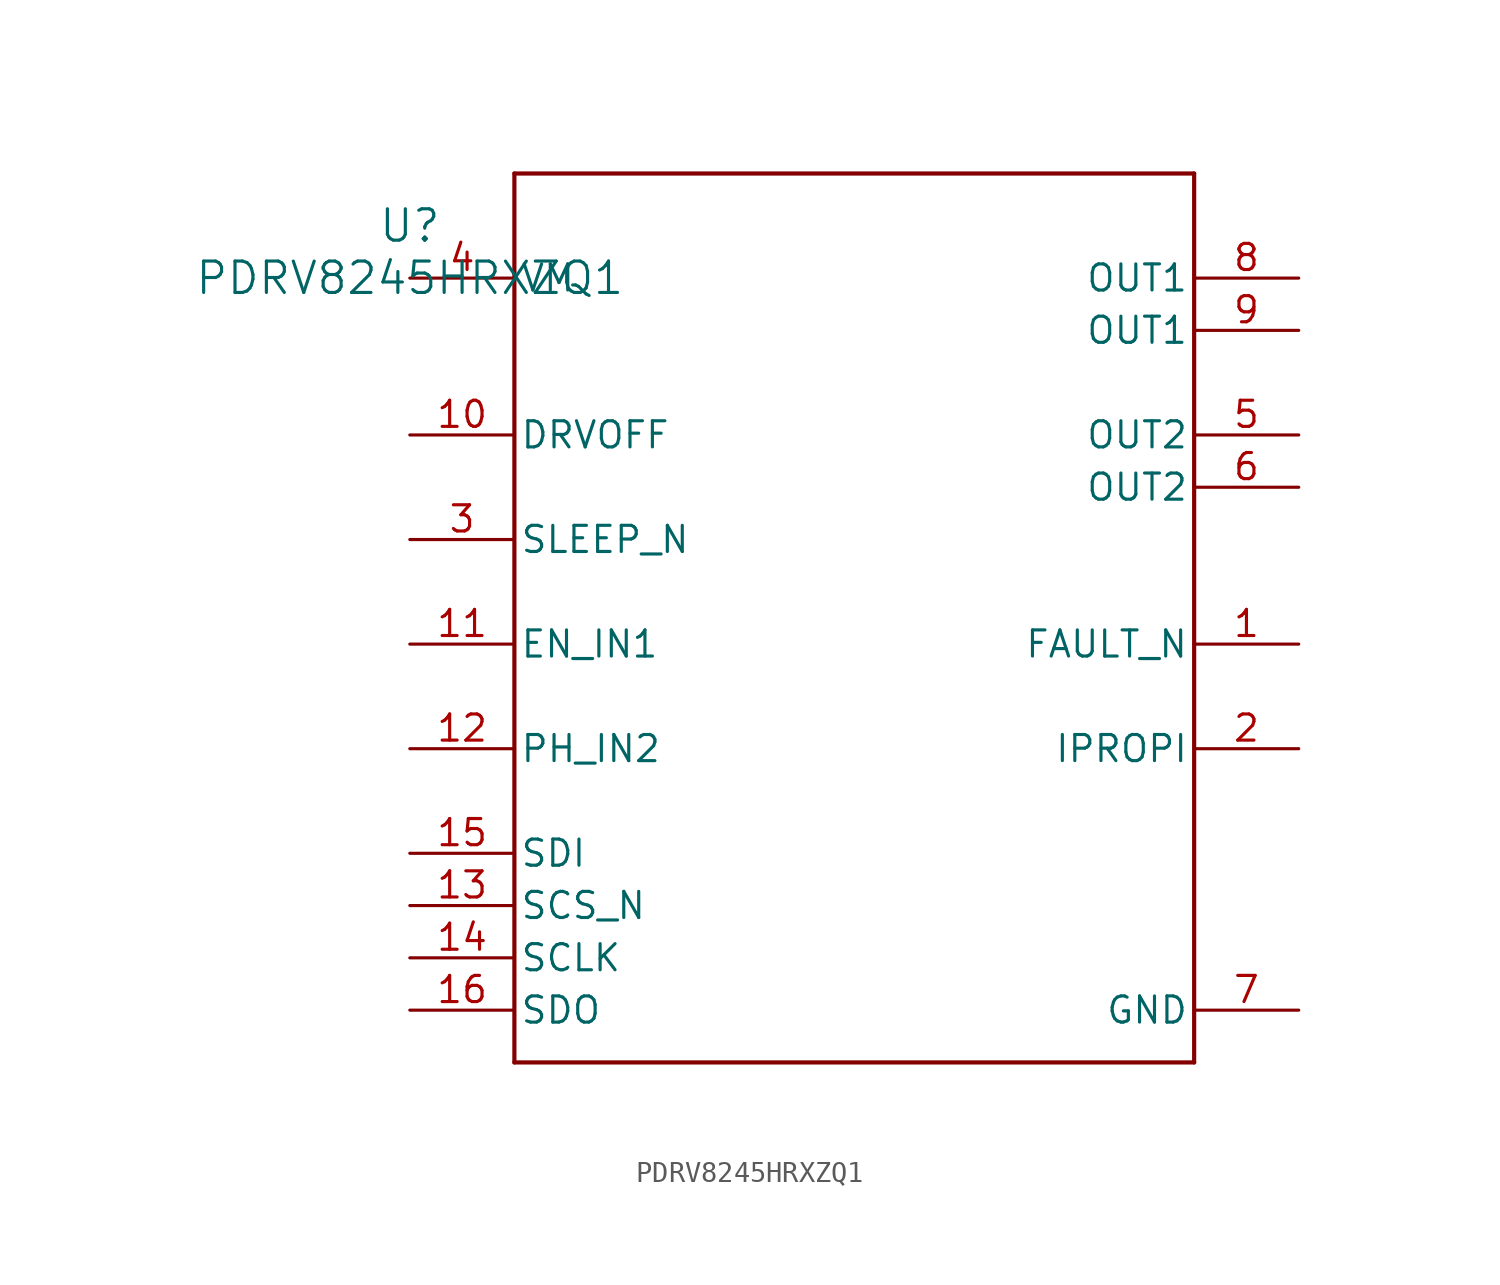
<source format=kicad_sym>
(kicad_symbol_lib
  (version 20211014)
  (generator kicad_symbol_editor)
  (symbol "PDRV8245HRXZQ1"
    (pin_names
      (offset 0.254))
    (property "Reference" "U"
      (at 0 2.54 0)
      (effects (font (size 1.524 1.524))))
    (property "Value" "PDRV8245HRXZQ1"
      (at 0 0 0)
      (effects (font (size 1.524 1.524))))
    (symbol "PDRV8245HRXZQ1_0_1"
      (polyline (pts (xy 5.08 -38.1) (xy 38.1 -38.1)) (stroke (width 0.203) (type default) (color 0 0 0 0)) (fill (type none)))
      (polyline (pts (xy 38.1 -38.1) (xy 38.1 5.08)) (stroke (width 0.203) (type default) (color 0 0 0 0)) (fill (type none)))
      (polyline (pts (xy 38.1 5.08) (xy 5.08 5.08)) (stroke (width 0.203) (type default) (color 0 0 0 0)) (fill (type none)))
      (polyline (pts (xy 5.08 5.08) (xy 5.08 -38.1)) (stroke (width 0.203) (type default) (color 0 0 0 0)) (fill (type none)))
      (pin open_collector line (at 43.18 -17.78 180) (length 5.08) (name "FAULT_N" (effects (font (size 1.27 1.27)))) (number "1" (effects (font (size 1.27 1.27)))))
      (pin unspecified line (at 43.18 -22.86 180) (length 5.08) (name "IPROPI" (effects (font (size 1.27 1.27)))) (number "2" (effects (font (size 1.27 1.27)))))
      (pin input line (at 0 -12.7 0) (length 5.08) (name "SLEEP_N" (effects (font (size 1.27 1.27)))) (number "3" (effects (font (size 1.27 1.27)))))
      (pin power_in line (at 0 0 0) (length 5.08) (name "VM" (effects (font (size 1.27 1.27)))) (number "4" (effects (font (size 1.27 1.27)))))
      (pin unspecified line (at 43.18 -7.62 180) (length 5.08) (name "OUT2" (effects (font (size 1.27 1.27)))) (number "5" (effects (font (size 1.27 1.27)))))
      (pin unspecified line (at 43.18 -10.16 180) (length 5.08) (name "OUT2" (effects (font (size 1.27 1.27)))) (number "6" (effects (font (size 1.27 1.27)))))
      (pin power_in line (at 43.18 -35.56 180) (length 5.08) (name "GND" (effects (font (size 1.27 1.27)))) (number "7" (effects (font (size 1.27 1.27)))))
      (pin unspecified line (at 43.18 0 180) (length 5.08) (name "OUT1" (effects (font (size 1.27 1.27)))) (number "8" (effects (font (size 1.27 1.27)))))
      (pin unspecified line (at 43.18 -2.54 180) (length 5.08) (name "OUT1" (effects (font (size 1.27 1.27)))) (number "9" (effects (font (size 1.27 1.27)))))
      (pin input line (at 0 -7.62 0) (length 5.08) (name "DRVOFF" (effects (font (size 1.27 1.27)))) (number "10" (effects (font (size 1.27 1.27)))))
      (pin input line (at 0 -17.78 0) (length 5.08) (name "EN_IN1" (effects (font (size 1.27 1.27)))) (number "11" (effects (font (size 1.27 1.27)))))
      (pin input line (at 0 -22.86 0) (length 5.08) (name "PH_IN2" (effects (font (size 1.27 1.27)))) (number "12" (effects (font (size 1.27 1.27)))))
      (pin input line (at 0 -30.48 0) (length 5.08) (name "SCS_N" (effects (font (size 1.27 1.27)))) (number "13" (effects (font (size 1.27 1.27)))))
      (pin input line (at 0 -33.02 0) (length 5.08) (name "SCLK" (effects (font (size 1.27 1.27)))) (number "14" (effects (font (size 1.27 1.27)))))
      (pin input line (at 0 -27.94 0) (length 5.08) (name "SDI" (effects (font (size 1.27 1.27)))) (number "15" (effects (font (size 1.27 1.27)))))
      (pin output line (at 0 -35.56 0) (length 5.08) (name "SDO" (effects (font (size 1.27 1.27)))) (number "16" (effects (font (size 1.27 1.27))))))))
</source>
